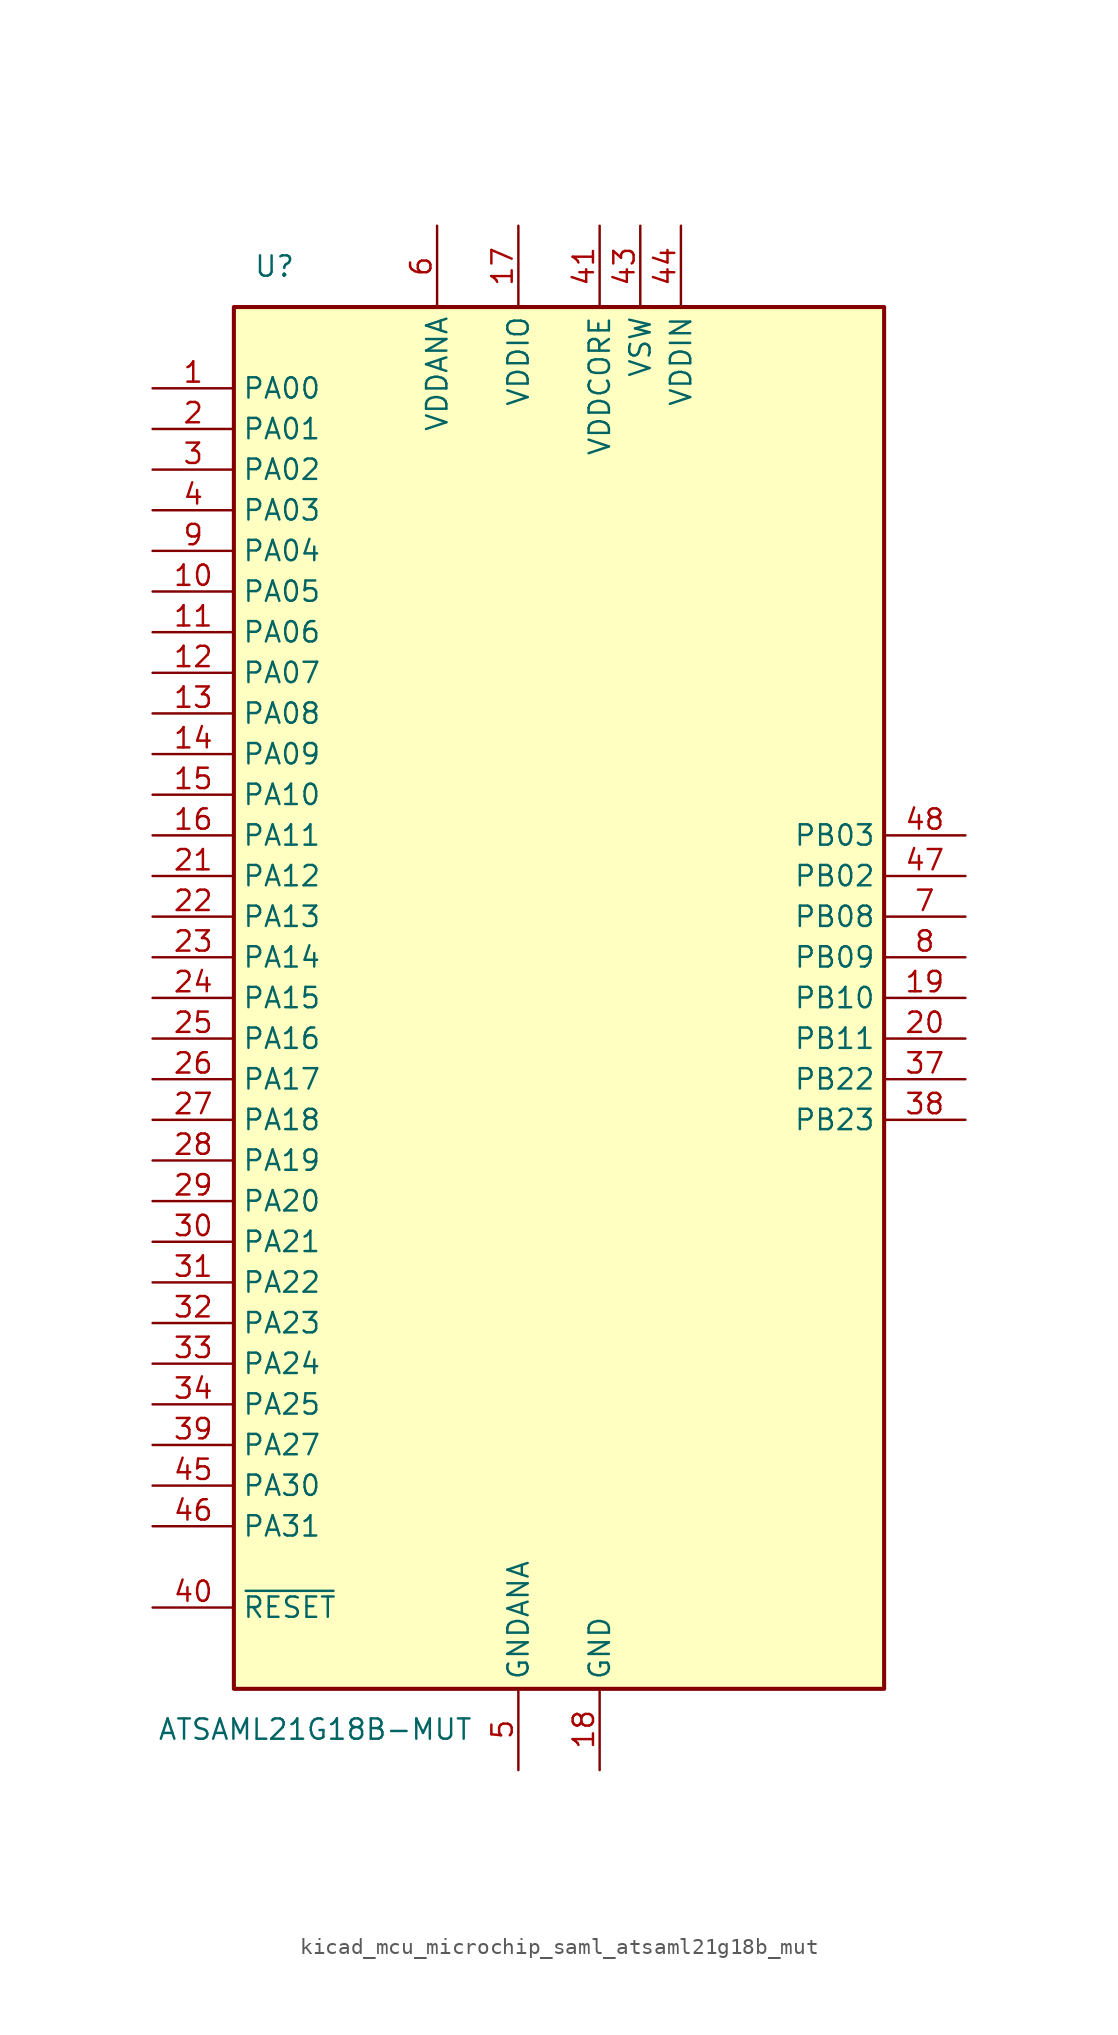
<source format=kicad_sym>
(kicad_symbol_lib
  (version 20220914)
  (generator kicad_symbol_editor)
  (symbol "kicad_mcu_microchip_saml_atsaml21g18b_mut"
    (property "Reference" "U"
      (at -17.78 45.72 0)
      (effects (font (size 1.27 1.27))))
    (property "Value" "ATSAML21G18B-MUT"
      (at -15.24 -45.72 0)
      (effects (font (size 1.27 1.27))))
    (symbol "kicad_mcu_microchip_saml_atsaml21g18b_mut_0_1"
      (rectangle (start -20.32 43.18) (end 20.32 -43.18) (stroke (width 0.254) (type default)) (fill (type background))))
    (symbol "kicad_mcu_microchip_saml_atsaml21g18b_mut_1_1"
      (pin bidirectional line (at -25.4 38.1 0) (length 5.08) (name "PA00" (effects (font (size 1.27 1.27)))) (number "1" (effects (font (size 1.27 1.27)))))
      (pin bidirectional line (at -25.4 25.4 0) (length 5.08) (name "PA05" (effects (font (size 1.27 1.27)))) (number "10" (effects (font (size 1.27 1.27)))))
      (pin bidirectional line (at -25.4 22.86 0) (length 5.08) (name "PA06" (effects (font (size 1.27 1.27)))) (number "11" (effects (font (size 1.27 1.27)))))
      (pin bidirectional line (at -25.4 20.32 0) (length 5.08) (name "PA07" (effects (font (size 1.27 1.27)))) (number "12" (effects (font (size 1.27 1.27)))))
      (pin bidirectional line (at -25.4 17.78 0) (length 5.08) (name "PA08" (effects (font (size 1.27 1.27)))) (number "13" (effects (font (size 1.27 1.27)))))
      (pin bidirectional line (at -25.4 15.24 0) (length 5.08) (name "PA09" (effects (font (size 1.27 1.27)))) (number "14" (effects (font (size 1.27 1.27)))))
      (pin bidirectional line (at -25.4 12.7 0) (length 5.08) (name "PA10" (effects (font (size 1.27 1.27)))) (number "15" (effects (font (size 1.27 1.27)))))
      (pin bidirectional line (at -25.4 10.16 0) (length 5.08) (name "PA11" (effects (font (size 1.27 1.27)))) (number "16" (effects (font (size 1.27 1.27)))))
      (pin power_in line (at -2.54 48.26 270) (length 5.08) (name "VDDIO" (effects (font (size 1.27 1.27)))) (number "17" (effects (font (size 1.27 1.27)))))
      (pin power_in line (at 2.54 -48.26 90) (length 5.08) (name "GND" (effects (font (size 1.27 1.27)))) (number "18" (effects (font (size 1.27 1.27)))))
      (pin bidirectional line (at 25.4 0 180) (length 5.08) (name "PB10" (effects (font (size 1.27 1.27)))) (number "19" (effects (font (size 1.27 1.27)))))
      (pin bidirectional line (at -25.4 35.56 0) (length 5.08) (name "PA01" (effects (font (size 1.27 1.27)))) (number "2" (effects (font (size 1.27 1.27)))))
      (pin bidirectional line (at 25.4 -2.54 180) (length 5.08) (name "PB11" (effects (font (size 1.27 1.27)))) (number "20" (effects (font (size 1.27 1.27)))))
      (pin bidirectional line (at -25.4 7.62 0) (length 5.08) (name "PA12" (effects (font (size 1.27 1.27)))) (number "21" (effects (font (size 1.27 1.27)))))
      (pin bidirectional line (at -25.4 5.08 0) (length 5.08) (name "PA13" (effects (font (size 1.27 1.27)))) (number "22" (effects (font (size 1.27 1.27)))))
      (pin bidirectional line (at -25.4 2.54 0) (length 5.08) (name "PA14" (effects (font (size 1.27 1.27)))) (number "23" (effects (font (size 1.27 1.27)))))
      (pin bidirectional line (at -25.4 0 0) (length 5.08) (name "PA15" (effects (font (size 1.27 1.27)))) (number "24" (effects (font (size 1.27 1.27)))))
      (pin bidirectional line (at -25.4 -2.54 0) (length 5.08) (name "PA16" (effects (font (size 1.27 1.27)))) (number "25" (effects (font (size 1.27 1.27)))))
      (pin bidirectional line (at -25.4 -5.08 0) (length 5.08) (name "PA17" (effects (font (size 1.27 1.27)))) (number "26" (effects (font (size 1.27 1.27)))))
      (pin bidirectional line (at -25.4 -7.62 0) (length 5.08) (name "PA18" (effects (font (size 1.27 1.27)))) (number "27" (effects (font (size 1.27 1.27)))))
      (pin bidirectional line (at -25.4 -10.16 0) (length 5.08) (name "PA19" (effects (font (size 1.27 1.27)))) (number "28" (effects (font (size 1.27 1.27)))))
      (pin bidirectional line (at -25.4 -12.7 0) (length 5.08) (name "PA20" (effects (font (size 1.27 1.27)))) (number "29" (effects (font (size 1.27 1.27)))))
      (pin bidirectional line (at -25.4 33.02 0) (length 5.08) (name "PA02" (effects (font (size 1.27 1.27)))) (number "3" (effects (font (size 1.27 1.27)))))
      (pin bidirectional line (at -25.4 -15.24 0) (length 5.08) (name "PA21" (effects (font (size 1.27 1.27)))) (number "30" (effects (font (size 1.27 1.27)))))
      (pin bidirectional line (at -25.4 -17.78 0) (length 5.08) (name "PA22" (effects (font (size 1.27 1.27)))) (number "31" (effects (font (size 1.27 1.27)))))
      (pin bidirectional line (at -25.4 -20.32 0) (length 5.08) (name "PA23" (effects (font (size 1.27 1.27)))) (number "32" (effects (font (size 1.27 1.27)))))
      (pin bidirectional line (at -25.4 -22.86 0) (length 5.08) (name "PA24" (effects (font (size 1.27 1.27)))) (number "33" (effects (font (size 1.27 1.27)))))
      (pin bidirectional line (at -25.4 -25.4 0) (length 5.08) (name "PA25" (effects (font (size 1.27 1.27)))) (number "34" (effects (font (size 1.27 1.27)))))
      (pin passive line (at 2.54 -48.26 90) (length 5.08) hide (name "GND" (effects (font (size 1.27 1.27)))) (number "35" (effects (font (size 1.27 1.27)))))
      (pin passive line (at -2.54 48.26 270) (length 5.08) hide (name "VDDIO" (effects (font (size 1.27 1.27)))) (number "36" (effects (font (size 1.27 1.27)))))
      (pin bidirectional line (at 25.4 -5.08 180) (length 5.08) (name "PB22" (effects (font (size 1.27 1.27)))) (number "37" (effects (font (size 1.27 1.27)))))
      (pin bidirectional line (at 25.4 -7.62 180) (length 5.08) (name "PB23" (effects (font (size 1.27 1.27)))) (number "38" (effects (font (size 1.27 1.27)))))
      (pin bidirectional line (at -25.4 -27.94 0) (length 5.08) (name "PA27" (effects (font (size 1.27 1.27)))) (number "39" (effects (font (size 1.27 1.27)))))
      (pin bidirectional line (at -25.4 30.48 0) (length 5.08) (name "PA03" (effects (font (size 1.27 1.27)))) (number "4" (effects (font (size 1.27 1.27)))))
      (pin input line (at -25.4 -38.1 0) (length 5.08) (name "~{RESET}" (effects (font (size 1.27 1.27)))) (number "40" (effects (font (size 1.27 1.27)))))
      (pin power_in line (at 2.54 48.26 270) (length 5.08) (name "VDDCORE" (effects (font (size 1.27 1.27)))) (number "41" (effects (font (size 1.27 1.27)))))
      (pin passive line (at 2.54 -48.26 90) (length 5.08) hide (name "GND" (effects (font (size 1.27 1.27)))) (number "42" (effects (font (size 1.27 1.27)))))
      (pin power_out line (at 5.08 48.26 270) (length 5.08) (name "VSW" (effects (font (size 1.27 1.27)))) (number "43" (effects (font (size 1.27 1.27)))))
      (pin power_in line (at 7.62 48.26 270) (length 5.08) (name "VDDIN" (effects (font (size 1.27 1.27)))) (number "44" (effects (font (size 1.27 1.27)))))
      (pin bidirectional line (at -25.4 -30.48 0) (length 5.08) (name "PA30" (effects (font (size 1.27 1.27)))) (number "45" (effects (font (size 1.27 1.27)))))
      (pin bidirectional line (at -25.4 -33.02 0) (length 5.08) (name "PA31" (effects (font (size 1.27 1.27)))) (number "46" (effects (font (size 1.27 1.27)))))
      (pin bidirectional line (at 25.4 7.62 180) (length 5.08) (name "PB02" (effects (font (size 1.27 1.27)))) (number "47" (effects (font (size 1.27 1.27)))))
      (pin bidirectional line (at 25.4 10.16 180) (length 5.08) (name "PB03" (effects (font (size 1.27 1.27)))) (number "48" (effects (font (size 1.27 1.27)))))
      (pin power_in line (at -2.54 -48.26 90) (length 5.08) (name "GNDANA" (effects (font (size 1.27 1.27)))) (number "5" (effects (font (size 1.27 1.27)))))
      (pin power_in line (at -7.62 48.26 270) (length 5.08) (name "VDDANA" (effects (font (size 1.27 1.27)))) (number "6" (effects (font (size 1.27 1.27)))))
      (pin bidirectional line (at 25.4 5.08 180) (length 5.08) (name "PB08" (effects (font (size 1.27 1.27)))) (number "7" (effects (font (size 1.27 1.27)))))
      (pin bidirectional line (at 25.4 2.54 180) (length 5.08) (name "PB09" (effects (font (size 1.27 1.27)))) (number "8" (effects (font (size 1.27 1.27)))))
      (pin bidirectional line (at -25.4 27.94 0) (length 5.08) (name "PA04" (effects (font (size 1.27 1.27)))) (number "9" (effects (font (size 1.27 1.27))))))))
</source>
